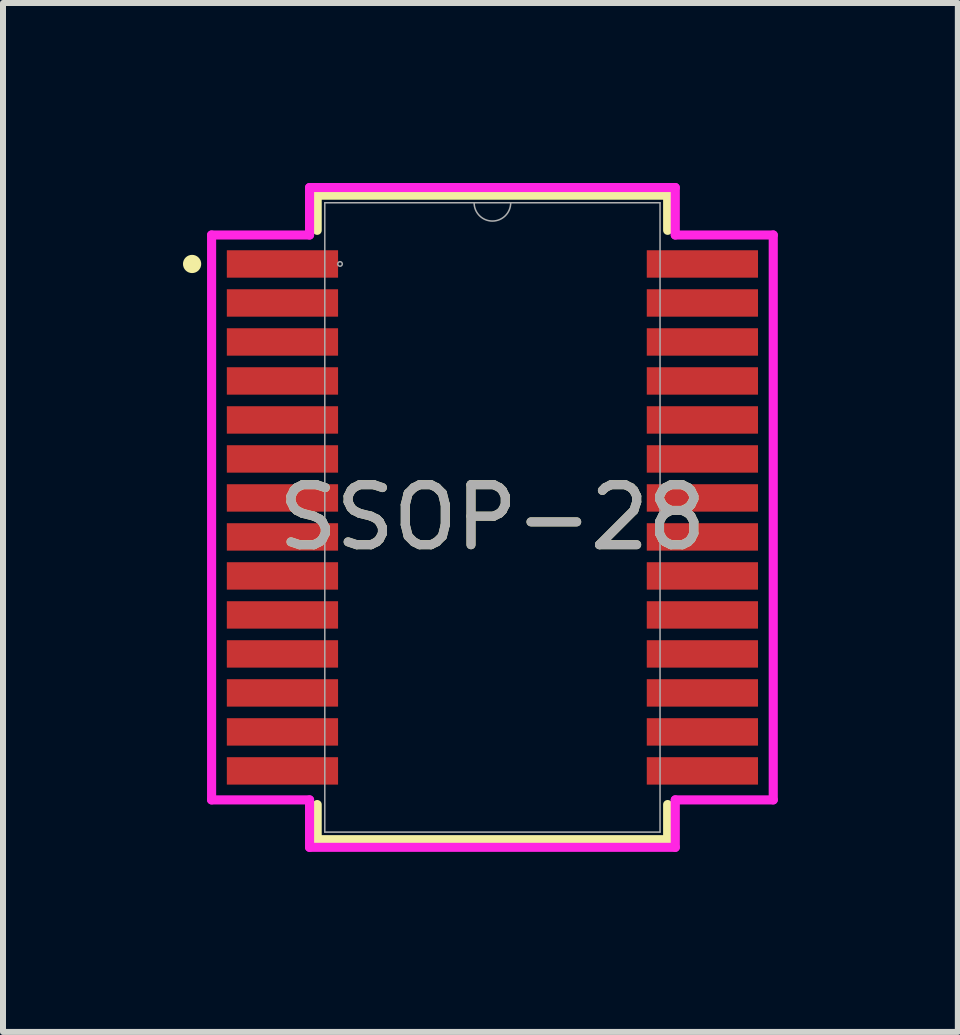
<source format=kicad_pcb>
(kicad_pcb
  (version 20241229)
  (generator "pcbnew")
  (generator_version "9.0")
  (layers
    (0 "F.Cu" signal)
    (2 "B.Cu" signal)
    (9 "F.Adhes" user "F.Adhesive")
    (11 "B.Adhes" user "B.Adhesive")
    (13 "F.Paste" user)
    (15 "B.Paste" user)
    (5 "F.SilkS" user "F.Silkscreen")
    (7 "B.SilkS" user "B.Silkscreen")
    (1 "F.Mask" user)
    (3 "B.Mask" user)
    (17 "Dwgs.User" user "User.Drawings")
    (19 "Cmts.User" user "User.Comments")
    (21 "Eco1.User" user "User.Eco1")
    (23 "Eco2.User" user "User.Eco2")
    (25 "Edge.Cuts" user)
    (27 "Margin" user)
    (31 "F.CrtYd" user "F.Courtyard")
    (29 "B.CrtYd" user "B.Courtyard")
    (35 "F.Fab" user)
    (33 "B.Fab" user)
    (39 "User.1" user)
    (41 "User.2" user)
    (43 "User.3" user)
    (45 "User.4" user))
  (footprint "SSOP-28"
    (layer "F.Cu")
    (at 5.158 5.575)
    (property "Reference" "SSOP-28" (at 0 0 0) (unlocked yes) (layer "F.SilkS") (effects (font (size 1 1) (thickness 0.15))))
    (attr smd)
    (fp_line (start -2.921 -5.372) (end -2.921 -4.786) (stroke (width 0.152) (type solid)) (layer "F.SilkS"))
    (fp_line (start -2.921 4.786) (end -2.921 5.372) (stroke (width 0.152) (type solid)) (layer "F.SilkS"))
    (fp_line (start -2.921 5.372) (end 2.921 5.372) (stroke (width 0.152) (type solid)) (layer "F.SilkS"))
    (fp_line (start 2.921 -5.372) (end -2.921 -5.372) (stroke (width 0.152) (type solid)) (layer "F.SilkS"))
    (fp_line (start 2.921 -4.786) (end 2.921 -5.372) (stroke (width 0.152) (type solid)) (layer "F.SilkS"))
    (fp_line (start 2.921 5.372) (end 2.921 4.786) (stroke (width 0.152) (type solid)) (layer "F.SilkS"))
    (fp_circle (center -5.006 -4.225) (end -4.93 -4.225) (stroke (width 0.152) (type solid)) (fill no) (layer "F.SilkS"))
    (fp_line (start -4.681 -4.708) (end -3.048 -4.708) (stroke (width 0.152) (type solid)) (layer "F.CrtYd"))
    (fp_line (start -4.681 4.708) (end -4.681 -4.708) (stroke (width 0.152) (type solid)) (layer "F.CrtYd"))
    (fp_line (start -4.681 4.708) (end -3.048 4.708) (stroke (width 0.152) (type solid)) (layer "F.CrtYd"))
    (fp_line (start -3.048 -5.499) (end 3.048 -5.499) (stroke (width 0.152) (type solid)) (layer "F.CrtYd"))
    (fp_line (start -3.048 -4.708) (end -3.048 -5.499) (stroke (width 0.152) (type solid)) (layer "F.CrtYd"))
    (fp_line (start -3.048 5.499) (end -3.048 4.708) (stroke (width 0.152) (type solid)) (layer "F.CrtYd"))
    (fp_line (start 3.048 -5.499) (end 3.048 -4.708) (stroke (width 0.152) (type solid)) (layer "F.CrtYd"))
    (fp_line (start 3.048 4.708) (end 3.048 5.499) (stroke (width 0.152) (type solid)) (layer "F.CrtYd"))
    (fp_line (start 3.048 5.499) (end -3.048 5.499) (stroke (width 0.152) (type solid)) (layer "F.CrtYd"))
    (fp_line (start 4.681 -4.708) (end 3.048 -4.708) (stroke (width 0.152) (type solid)) (layer "F.CrtYd"))
    (fp_line (start 4.681 -4.708) (end 4.681 4.708) (stroke (width 0.152) (type solid)) (layer "F.CrtYd"))
    (fp_line (start 4.681 4.708) (end 3.048 4.708) (stroke (width 0.152) (type solid)) (layer "F.CrtYd"))
    (fp_line (start -2.794 -5.245) (end -2.794 5.245) (stroke (width 0.025) (type solid)) (layer "F.Fab"))
    (fp_line (start -2.794 5.245) (end 2.794 5.245) (stroke (width 0.025) (type solid)) (layer "F.Fab"))
    (fp_line (start 2.794 -5.245) (end -2.794 -5.245) (stroke (width 0.025) (type solid)) (layer "F.Fab"))
    (fp_line (start 2.794 5.245) (end 2.794 -5.245) (stroke (width 0.025) (type solid)) (layer "F.Fab"))
    (fp_arc (start 0.3048 -5.2451) (mid 0 -4.9403) (end -0.3048 -5.2451) (stroke (width 0.0254) (type solid)) (layer "F.Fab"))
    (fp_circle (center -2.54 -4.225) (end -2.502 -4.225) (stroke (width 0.025) (type solid)) (fill no) (layer "F.Fab"))
    (fp_text user "${REFERENCE}" (at 0 0 0) (unlocked yes) (layer "F.Fab") (effects (font (size 1 1) (thickness 0.15))))
    (pad "1" smd rect (at -3.5 -4.225) (size 1.854 0.457) (layers "F.Cu" "F.Mask" "F.Paste"))
    (pad "2" smd rect (at -3.5 -3.575) (size 1.854 0.457) (layers "F.Cu" "F.Mask" "F.Paste"))
    (pad "3" smd rect (at -3.5 -2.925) (size 1.854 0.457) (layers "F.Cu" "F.Mask" "F.Paste"))
    (pad "4" smd rect (at -3.5 -2.275) (size 1.854 0.457) (layers "F.Cu" "F.Mask" "F.Paste"))
    (pad "5" smd rect (at -3.5 -1.625) (size 1.854 0.457) (layers "F.Cu" "F.Mask" "F.Paste"))
    (pad "6" smd rect (at -3.5 -0.975) (size 1.854 0.457) (layers "F.Cu" "F.Mask" "F.Paste"))
    (pad "7" smd rect (at -3.5 -0.325) (size 1.854 0.457) (layers "F.Cu" "F.Mask" "F.Paste"))
    (pad "8" smd rect (at -3.5 0.325) (size 1.854 0.457) (layers "F.Cu" "F.Mask" "F.Paste"))
    (pad "9" smd rect (at -3.5 0.975) (size 1.854 0.457) (layers "F.Cu" "F.Mask" "F.Paste"))
    (pad "10" smd rect (at -3.5 1.625) (size 1.854 0.457) (layers "F.Cu" "F.Mask" "F.Paste"))
    (pad "11" smd rect (at -3.5 2.275) (size 1.854 0.457) (layers "F.Cu" "F.Mask" "F.Paste"))
    (pad "12" smd rect (at -3.5 2.925) (size 1.854 0.457) (layers "F.Cu" "F.Mask" "F.Paste"))
    (pad "13" smd rect (at -3.5 3.575) (size 1.854 0.457) (layers "F.Cu" "F.Mask" "F.Paste"))
    (pad "14" smd rect (at -3.5 4.225) (size 1.854 0.457) (layers "F.Cu" "F.Mask" "F.Paste"))
    (pad "15" smd rect (at 3.5 4.225) (size 1.854 0.457) (layers "F.Cu" "F.Mask" "F.Paste"))
    (pad "16" smd rect (at 3.5 3.575) (size 1.854 0.457) (layers "F.Cu" "F.Mask" "F.Paste"))
    (pad "17" smd rect (at 3.5 2.925) (size 1.854 0.457) (layers "F.Cu" "F.Mask" "F.Paste"))
    (pad "18" smd rect (at 3.5 2.275) (size 1.854 0.457) (layers "F.Cu" "F.Mask" "F.Paste"))
    (pad "19" smd rect (at 3.5 1.625) (size 1.854 0.457) (layers "F.Cu" "F.Mask" "F.Paste"))
    (pad "20" smd rect (at 3.5 0.975) (size 1.854 0.457) (layers "F.Cu" "F.Mask" "F.Paste"))
    (pad "21" smd rect (at 3.5 0.325) (size 1.854 0.457) (layers "F.Cu" "F.Mask" "F.Paste"))
    (pad "22" smd rect (at 3.5 -0.325) (size 1.854 0.457) (layers "F.Cu" "F.Mask" "F.Paste"))
    (pad "23" smd rect (at 3.5 -0.975) (size 1.854 0.457) (layers "F.Cu" "F.Mask" "F.Paste"))
    (pad "24" smd rect (at 3.5 -1.625) (size 1.854 0.457) (layers "F.Cu" "F.Mask" "F.Paste"))
    (pad "25" smd rect (at 3.5 -2.275) (size 1.854 0.457) (layers "F.Cu" "F.Mask" "F.Paste"))
    (pad "26" smd rect (at 3.5 -2.925) (size 1.854 0.457) (layers "F.Cu" "F.Mask" "F.Paste"))
    (pad "27" smd rect (at 3.5 -3.575) (size 1.854 0.457) (layers "F.Cu" "F.Mask" "F.Paste"))
    (pad "28" smd rect (at 3.5 -4.225) (size 1.854 0.457) (layers "F.Cu" "F.Mask" "F.Paste")))
  (gr_rect
    (start -3 -3)
    (end 12.916 14.151)
    (stroke (width 0.1) (type default))
    (fill no)
    (layer "Edge.Cuts")))
</source>
